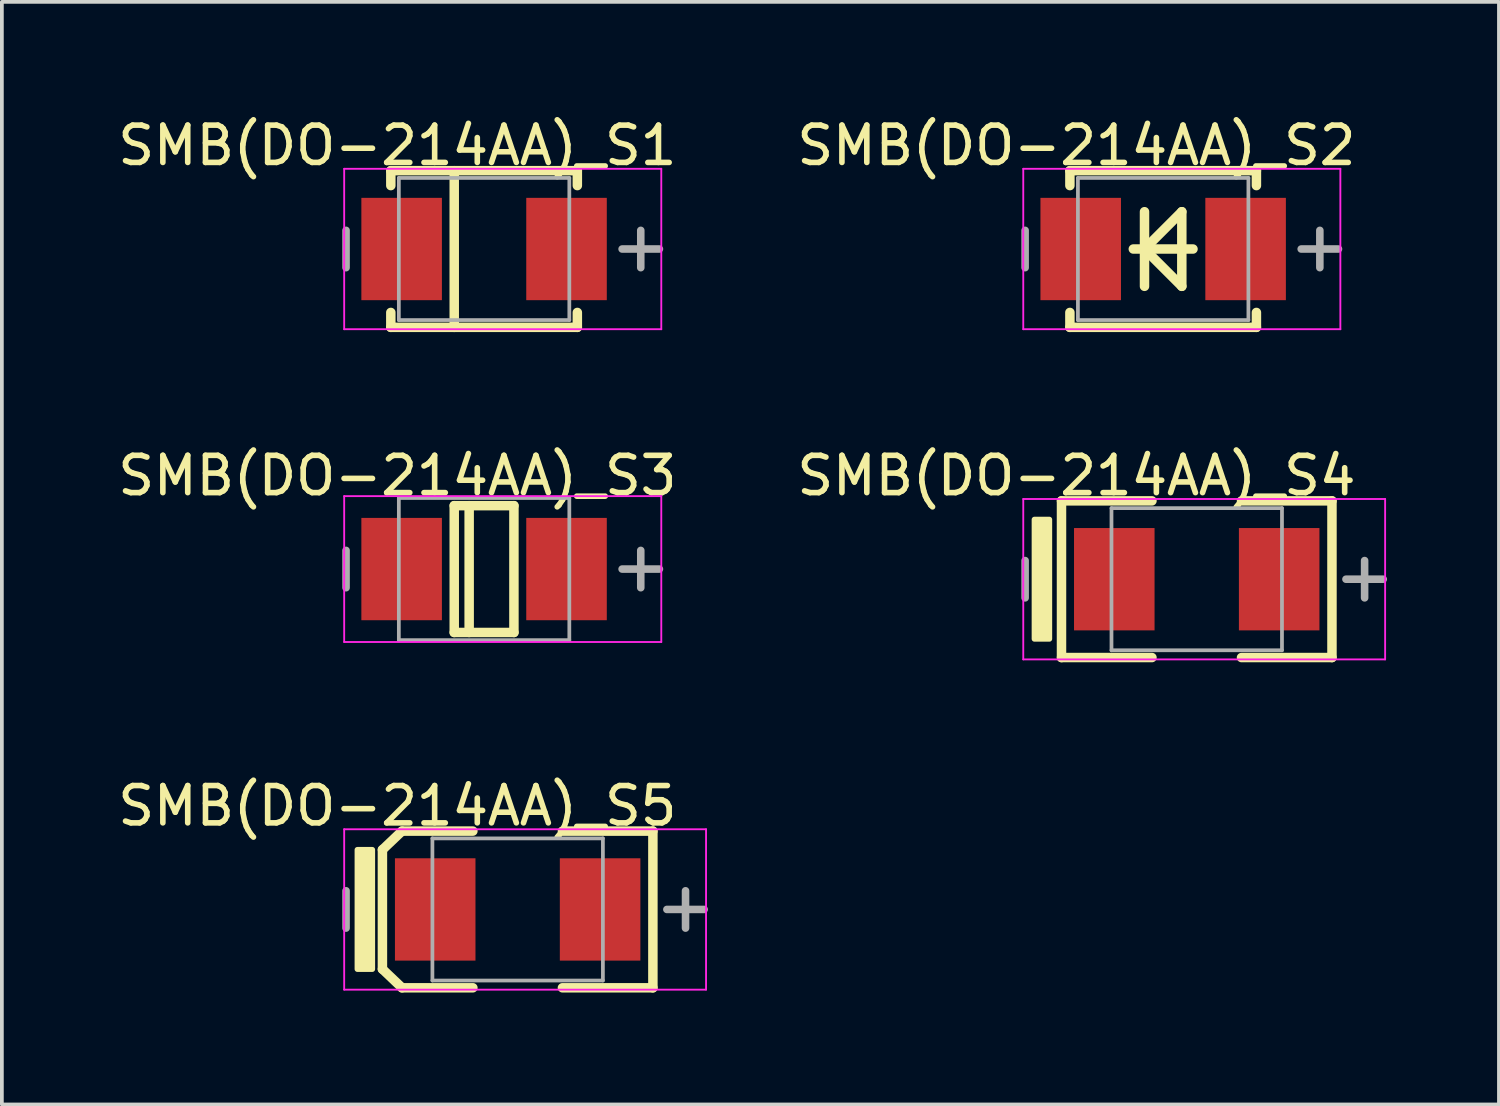
<source format=kicad_pcb>
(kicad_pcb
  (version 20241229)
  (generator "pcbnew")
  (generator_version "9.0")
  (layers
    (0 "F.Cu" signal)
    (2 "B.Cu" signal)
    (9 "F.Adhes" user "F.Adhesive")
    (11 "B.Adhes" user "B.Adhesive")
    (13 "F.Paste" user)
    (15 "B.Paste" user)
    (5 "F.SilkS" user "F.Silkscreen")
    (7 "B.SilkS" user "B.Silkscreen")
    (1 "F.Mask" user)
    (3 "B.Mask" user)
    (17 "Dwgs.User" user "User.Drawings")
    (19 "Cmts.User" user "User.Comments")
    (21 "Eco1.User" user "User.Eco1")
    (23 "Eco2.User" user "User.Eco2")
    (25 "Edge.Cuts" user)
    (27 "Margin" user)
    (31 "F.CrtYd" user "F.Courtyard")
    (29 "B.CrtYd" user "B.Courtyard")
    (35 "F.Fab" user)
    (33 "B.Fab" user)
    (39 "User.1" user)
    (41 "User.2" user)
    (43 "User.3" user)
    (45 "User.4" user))
  (footprint "SMB(DO-214AA)_S1"
    (layer "F.Cu")
    (at 9.926 3.625)
    (property "Reference" "SMB(DO-214AA)_S1" (at -2.325 -2.776 0) (layer "F.SilkS") (effects (font (size 1 1) (thickness 0.15))))
    (attr through_hole)
    (fp_line (start -2.5 -2.1) (end 2.5 -2.1) (stroke (width 0.254) (type solid)) (layer "F.SilkS"))
    (fp_line (start -2.5 -1.7) (end -2.5 -2.1) (stroke (width 0.254) (type solid)) (layer "F.SilkS"))
    (fp_line (start -2.5 2.1) (end -2.5 1.7) (stroke (width 0.254) (type solid)) (layer "F.SilkS"))
    (fp_line (start -2.5 2.1) (end 2.5 2.1) (stroke (width 0.254) (type solid)) (layer "F.SilkS"))
    (fp_line (start -0.8 2.1) (end -0.8 -2.1) (stroke (width 0.254) (type solid)) (layer "F.SilkS"))
    (fp_line (start 2.5 -1.7) (end 2.5 -2.1) (stroke (width 0.254) (type solid)) (layer "F.SilkS"))
    (fp_line (start 2.5 2.1) (end 2.5 1.7) (stroke (width 0.254) (type solid)) (layer "F.SilkS"))
    (fp_line (start -3.75 -2.15) (end 4.75 -2.15) (stroke (width 0.05) (type solid)) (layer "F.CrtYd"))
    (fp_line (start -3.75 2.15) (end -3.75 -2.15) (stroke (width 0.05) (type solid)) (layer "F.CrtYd"))
    (fp_line (start 4.75 -2.15) (end 4.75 2.15) (stroke (width 0.05) (type solid)) (layer "F.CrtYd"))
    (fp_line (start 4.75 2.15) (end -3.75 2.15) (stroke (width 0.05) (type solid)) (layer "F.CrtYd"))
    (fp_line (start -3.7 0.5) (end -3.7 -0.5) (stroke (width 0.203) (type solid)) (layer "F.Fab"))
    (fp_line (start -2.285 -1.905) (end 2.285 -1.905) (stroke (width 0.1) (type solid)) (layer "F.Fab"))
    (fp_line (start -2.285 1.905) (end -2.285 -1.905) (stroke (width 0.1) (type solid)) (layer "F.Fab"))
    (fp_line (start -2.285 1.905) (end 2.285 1.905) (stroke (width 0.1) (type solid)) (layer "F.Fab"))
    (fp_line (start 2.285 1.905) (end 2.285 -1.905) (stroke (width 0.1) (type solid)) (layer "F.Fab"))
    (fp_line (start 3.7 0) (end 4.7 0) (stroke (width 0.203) (type solid)) (layer "F.Fab"))
    (fp_line (start 4.2 0.5) (end 4.2 -0.5) (stroke (width 0.203) (type solid)) (layer "F.Fab"))
    (pad "1" smd rect (at 2.21 0 270) (size 2.743 2.159) (layers "F.Cu" "F.Mask" "F.Paste"))
    (pad "2" smd rect (at -2.21 0 270) (size 2.743 2.159) (layers "F.Cu" "F.Mask" "F.Paste")))
  (footprint "SMB(DO-214AA)_S3"
    (layer "F.Cu")
    (at 9.926 12.204)
    (property "Reference" "SMB(DO-214AA)_S3" (at -2.325 -2.504 0) (layer "F.SilkS") (effects (font (size 1 1) (thickness 0.15))))
    (attr through_hole)
    (fp_line (start -0.8 -1.7) (end 0.8 -1.7) (stroke (width 0.254) (type solid)) (layer "F.SilkS"))
    (fp_line (start -0.8 1.7) (end -0.8 -1.7) (stroke (width 0.254) (type solid)) (layer "F.SilkS"))
    (fp_line (start -0.8 1.7) (end 0.8 1.7) (stroke (width 0.254) (type solid)) (layer "F.SilkS"))
    (fp_line (start -0.4 1.7) (end -0.4 -1.7) (stroke (width 0.254) (type solid)) (layer "F.SilkS"))
    (fp_line (start 0.8 1.7) (end 0.8 -1.7) (stroke (width 0.254) (type solid)) (layer "F.SilkS"))
    (fp_line (start -3.75 -1.955) (end 4.75 -1.955) (stroke (width 0.05) (type solid)) (layer "F.CrtYd"))
    (fp_line (start -3.75 1.955) (end -3.75 -1.955) (stroke (width 0.05) (type solid)) (layer "F.CrtYd"))
    (fp_line (start 4.75 -1.955) (end 4.75 1.955) (stroke (width 0.05) (type solid)) (layer "F.CrtYd"))
    (fp_line (start 4.75 1.955) (end -3.75 1.955) (stroke (width 0.05) (type solid)) (layer "F.CrtYd"))
    (fp_line (start -3.7 0.5) (end -3.7 -0.5) (stroke (width 0.203) (type solid)) (layer "F.Fab"))
    (fp_line (start -2.285 -1.905) (end 2.285 -1.905) (stroke (width 0.1) (type solid)) (layer "F.Fab"))
    (fp_line (start -2.285 1.905) (end -2.285 -1.905) (stroke (width 0.1) (type solid)) (layer "F.Fab"))
    (fp_line (start -2.285 1.905) (end 2.285 1.905) (stroke (width 0.1) (type solid)) (layer "F.Fab"))
    (fp_line (start 2.285 1.905) (end 2.285 -1.905) (stroke (width 0.1) (type solid)) (layer "F.Fab"))
    (fp_line (start 3.7 0) (end 4.7 0) (stroke (width 0.203) (type solid)) (layer "F.Fab"))
    (fp_line (start 4.2 0.5) (end 4.2 -0.5) (stroke (width 0.203) (type solid)) (layer "F.Fab"))
    (pad "1" smd rect (at 2.21 0 270) (size 2.743 2.159) (layers "F.Cu" "F.Mask" "F.Paste"))
    (pad "2" smd rect (at -2.21 0 270) (size 2.743 2.159) (layers "F.Cu" "F.Mask" "F.Paste")))
  (footprint "SMB(DO-214AA)_S2"
    (layer "F.Cu")
    (at 28.129 3.625)
    (property "Reference" "SMB(DO-214AA)_S2" (at -2.325 -2.776 0) (layer "F.SilkS") (effects (font (size 1 1) (thickness 0.15))))
    (attr through_hole)
    (fp_line (start -2.5 -2.1) (end 2.5 -2.1) (stroke (width 0.254) (type solid)) (layer "F.SilkS"))
    (fp_line (start -2.5 -1.7) (end -2.5 -2.1) (stroke (width 0.254) (type solid)) (layer "F.SilkS"))
    (fp_line (start -2.5 2.1) (end -2.5 1.7) (stroke (width 0.254) (type solid)) (layer "F.SilkS"))
    (fp_line (start -2.5 2.1) (end 2.5 2.1) (stroke (width 0.254) (type solid)) (layer "F.SilkS"))
    (fp_line (start -0.8 0) (end 0.8 0) (stroke (width 0.254) (type solid)) (layer "F.SilkS"))
    (fp_line (start -0.5 0) (end 0.5 -1) (stroke (width 0.254) (type solid)) (layer "F.SilkS"))
    (fp_line (start -0.5 0) (end 0.5 1) (stroke (width 0.254) (type solid)) (layer "F.SilkS"))
    (fp_line (start -0.5 1) (end -0.5 -1) (stroke (width 0.254) (type solid)) (layer "F.SilkS"))
    (fp_line (start 0.5 1) (end 0.5 -1) (stroke (width 0.254) (type solid)) (layer "F.SilkS"))
    (fp_line (start 2.5 -1.7) (end 2.5 -2.1) (stroke (width 0.254) (type solid)) (layer "F.SilkS"))
    (fp_line (start 2.5 2.1) (end 2.5 1.7) (stroke (width 0.254) (type solid)) (layer "F.SilkS"))
    (fp_line (start -3.75 -2.15) (end 4.75 -2.15) (stroke (width 0.05) (type solid)) (layer "F.CrtYd"))
    (fp_line (start -3.75 2.15) (end -3.75 -2.15) (stroke (width 0.05) (type solid)) (layer "F.CrtYd"))
    (fp_line (start 4.75 -2.15) (end 4.75 2.15) (stroke (width 0.05) (type solid)) (layer "F.CrtYd"))
    (fp_line (start 4.75 2.15) (end -3.75 2.15) (stroke (width 0.05) (type solid)) (layer "F.CrtYd"))
    (fp_line (start -3.7 0.5) (end -3.7 -0.5) (stroke (width 0.203) (type solid)) (layer "F.Fab"))
    (fp_line (start -2.285 -1.905) (end 2.285 -1.905) (stroke (width 0.1) (type solid)) (layer "F.Fab"))
    (fp_line (start -2.285 1.905) (end -2.285 -1.905) (stroke (width 0.1) (type solid)) (layer "F.Fab"))
    (fp_line (start -2.285 1.905) (end 2.285 1.905) (stroke (width 0.1) (type solid)) (layer "F.Fab"))
    (fp_line (start 2.285 1.905) (end 2.285 -1.905) (stroke (width 0.1) (type solid)) (layer "F.Fab"))
    (fp_line (start 3.7 0) (end 4.7 0) (stroke (width 0.203) (type solid)) (layer "F.Fab"))
    (fp_line (start 4.2 0.5) (end 4.2 -0.5) (stroke (width 0.203) (type solid)) (layer "F.Fab"))
    (pad "1" smd rect (at 2.21 0 270) (size 2.743 2.159) (layers "F.Cu" "F.Mask" "F.Paste"))
    (pad "2" smd rect (at -2.21 0 270) (size 2.743 2.159) (layers "F.Cu" "F.Mask" "F.Paste")))
  (footprint "SMB(DO-214AA)_S5"
    (layer "F.Cu")
    (at 10.826 21.328)
    (property "Reference" "SMB(DO-214AA)_S5" (at -3.225 -2.776 0) (layer "F.SilkS") (effects (font (size 1 1) (thickness 0.15))))
    (attr through_hole)
    (fp_line (start -3.625 -1.6) (end -3.1 -2.1) (stroke (width 0.254) (type solid)) (layer "F.SilkS"))
    (fp_line (start -3.625 1.6) (end -3.625 -1.6) (stroke (width 0.254) (type solid)) (layer "F.SilkS"))
    (fp_line (start -3.625 1.6) (end -3.1 2.1) (stroke (width 0.254) (type solid)) (layer "F.SilkS"))
    (fp_line (start -3.1 -2.1) (end -1.2 -2.1) (stroke (width 0.254) (type solid)) (layer "F.SilkS"))
    (fp_line (start -3.1 2.1) (end -1.2 2.1) (stroke (width 0.254) (type solid)) (layer "F.SilkS"))
    (fp_line (start 1.2 -2.1) (end 3.625 -2.1) (stroke (width 0.254) (type solid)) (layer "F.SilkS"))
    (fp_line (start 1.2 2.1) (end 3.625 2.1) (stroke (width 0.254) (type solid)) (layer "F.SilkS"))
    (fp_line (start 3.625 2.1) (end 3.625 -2.1) (stroke (width 0.254) (type solid)) (layer "F.SilkS"))
    (fp_poly (pts (xy -4.296 1.6) (xy -3.896 1.6) (xy -3.896 -1.6) (xy -4.296 -1.6)) (stroke (width 0.15) (type solid)) (fill yes) (layer "F.SilkS"))
    (fp_line (start -4.65 -2.15) (end 5.05 -2.15) (stroke (width 0.05) (type solid)) (layer "F.CrtYd"))
    (fp_line (start -4.65 2.15) (end -4.65 -2.15) (stroke (width 0.05) (type solid)) (layer "F.CrtYd"))
    (fp_line (start 5.05 -2.15) (end 5.05 2.15) (stroke (width 0.05) (type solid)) (layer "F.CrtYd"))
    (fp_line (start 5.05 2.15) (end -4.65 2.15) (stroke (width 0.05) (type solid)) (layer "F.CrtYd"))
    (fp_line (start -4.6 0.5) (end -4.6 -0.5) (stroke (width 0.203) (type solid)) (layer "F.Fab"))
    (fp_line (start -2.285 -1.905) (end 2.285 -1.905) (stroke (width 0.1) (type solid)) (layer "F.Fab"))
    (fp_line (start -2.285 1.905) (end -2.285 -1.905) (stroke (width 0.1) (type solid)) (layer "F.Fab"))
    (fp_line (start -2.285 1.905) (end 2.285 1.905) (stroke (width 0.1) (type solid)) (layer "F.Fab"))
    (fp_line (start 2.285 1.905) (end 2.285 -1.905) (stroke (width 0.1) (type solid)) (layer "F.Fab"))
    (fp_line (start 4 0) (end 5 0) (stroke (width 0.203) (type solid)) (layer "F.Fab"))
    (fp_line (start 4.5 0.5) (end 4.5 -0.5) (stroke (width 0.203) (type solid)) (layer "F.Fab"))
    (pad "1" smd rect (at 2.21 0 270) (size 2.743 2.159) (layers "F.Cu" "F.Mask" "F.Paste"))
    (pad "2" smd rect (at -2.21 0 270) (size 2.743 2.159) (layers "F.Cu" "F.Mask" "F.Paste")))
  (footprint "SMB(DO-214AA)_S4"
    (layer "F.Cu")
    (at 29.029 12.476)
    (property "Reference" "SMB(DO-214AA)_S4" (at -3.225 -2.776 0) (layer "F.SilkS") (effects (font (size 1 1) (thickness 0.15))))
    (attr through_hole)
    (fp_line (start -3.625 -2.1) (end -1.2 -2.1) (stroke (width 0.254) (type solid)) (layer "F.SilkS"))
    (fp_line (start -3.625 2.1) (end -3.625 -2.1) (stroke (width 0.254) (type solid)) (layer "F.SilkS"))
    (fp_line (start -3.625 2.1) (end -1.2 2.1) (stroke (width 0.254) (type solid)) (layer "F.SilkS"))
    (fp_line (start 1.2 -2.1) (end 3.625 -2.1) (stroke (width 0.254) (type solid)) (layer "F.SilkS"))
    (fp_line (start 1.2 2.1) (end 3.625 2.1) (stroke (width 0.254) (type solid)) (layer "F.SilkS"))
    (fp_line (start 3.625 2.1) (end 3.625 -2.1) (stroke (width 0.254) (type solid)) (layer "F.SilkS"))
    (fp_poly (pts (xy -4.35 1.6) (xy -3.95 1.6) (xy -3.95 -1.6) (xy -4.35 -1.6)) (stroke (width 0.15) (type solid)) (fill yes) (layer "F.SilkS"))
    (fp_line (start -4.65 -2.15) (end 5.05 -2.15) (stroke (width 0.05) (type solid)) (layer "F.CrtYd"))
    (fp_line (start -4.65 2.15) (end -4.65 -2.15) (stroke (width 0.05) (type solid)) (layer "F.CrtYd"))
    (fp_line (start 5.05 -2.15) (end 5.05 2.15) (stroke (width 0.05) (type solid)) (layer "F.CrtYd"))
    (fp_line (start 5.05 2.15) (end -4.65 2.15) (stroke (width 0.05) (type solid)) (layer "F.CrtYd"))
    (fp_line (start -4.6 0.5) (end -4.6 -0.5) (stroke (width 0.203) (type solid)) (layer "F.Fab"))
    (fp_line (start -2.285 -1.905) (end 2.285 -1.905) (stroke (width 0.1) (type solid)) (layer "F.Fab"))
    (fp_line (start -2.285 1.905) (end -2.285 -1.905) (stroke (width 0.1) (type solid)) (layer "F.Fab"))
    (fp_line (start -2.285 1.905) (end 2.285 1.905) (stroke (width 0.1) (type solid)) (layer "F.Fab"))
    (fp_line (start 2.285 1.905) (end 2.285 -1.905) (stroke (width 0.1) (type solid)) (layer "F.Fab"))
    (fp_line (start 4 0) (end 5 0) (stroke (width 0.203) (type solid)) (layer "F.Fab"))
    (fp_line (start 4.5 0.5) (end 4.5 -0.5) (stroke (width 0.203) (type solid)) (layer "F.Fab"))
    (pad "1" smd rect (at 2.21 0 270) (size 2.743 2.159) (layers "F.Cu" "F.Mask" "F.Paste"))
    (pad "2" smd rect (at -2.21 0 270) (size 2.743 2.159) (layers "F.Cu" "F.Mask" "F.Paste")))
  (gr_rect
    (start -3 -3)
    (end 37.13 26.555)
    (stroke (width 0.1) (type default))
    (fill no)
    (layer "Edge.Cuts")))
</source>
